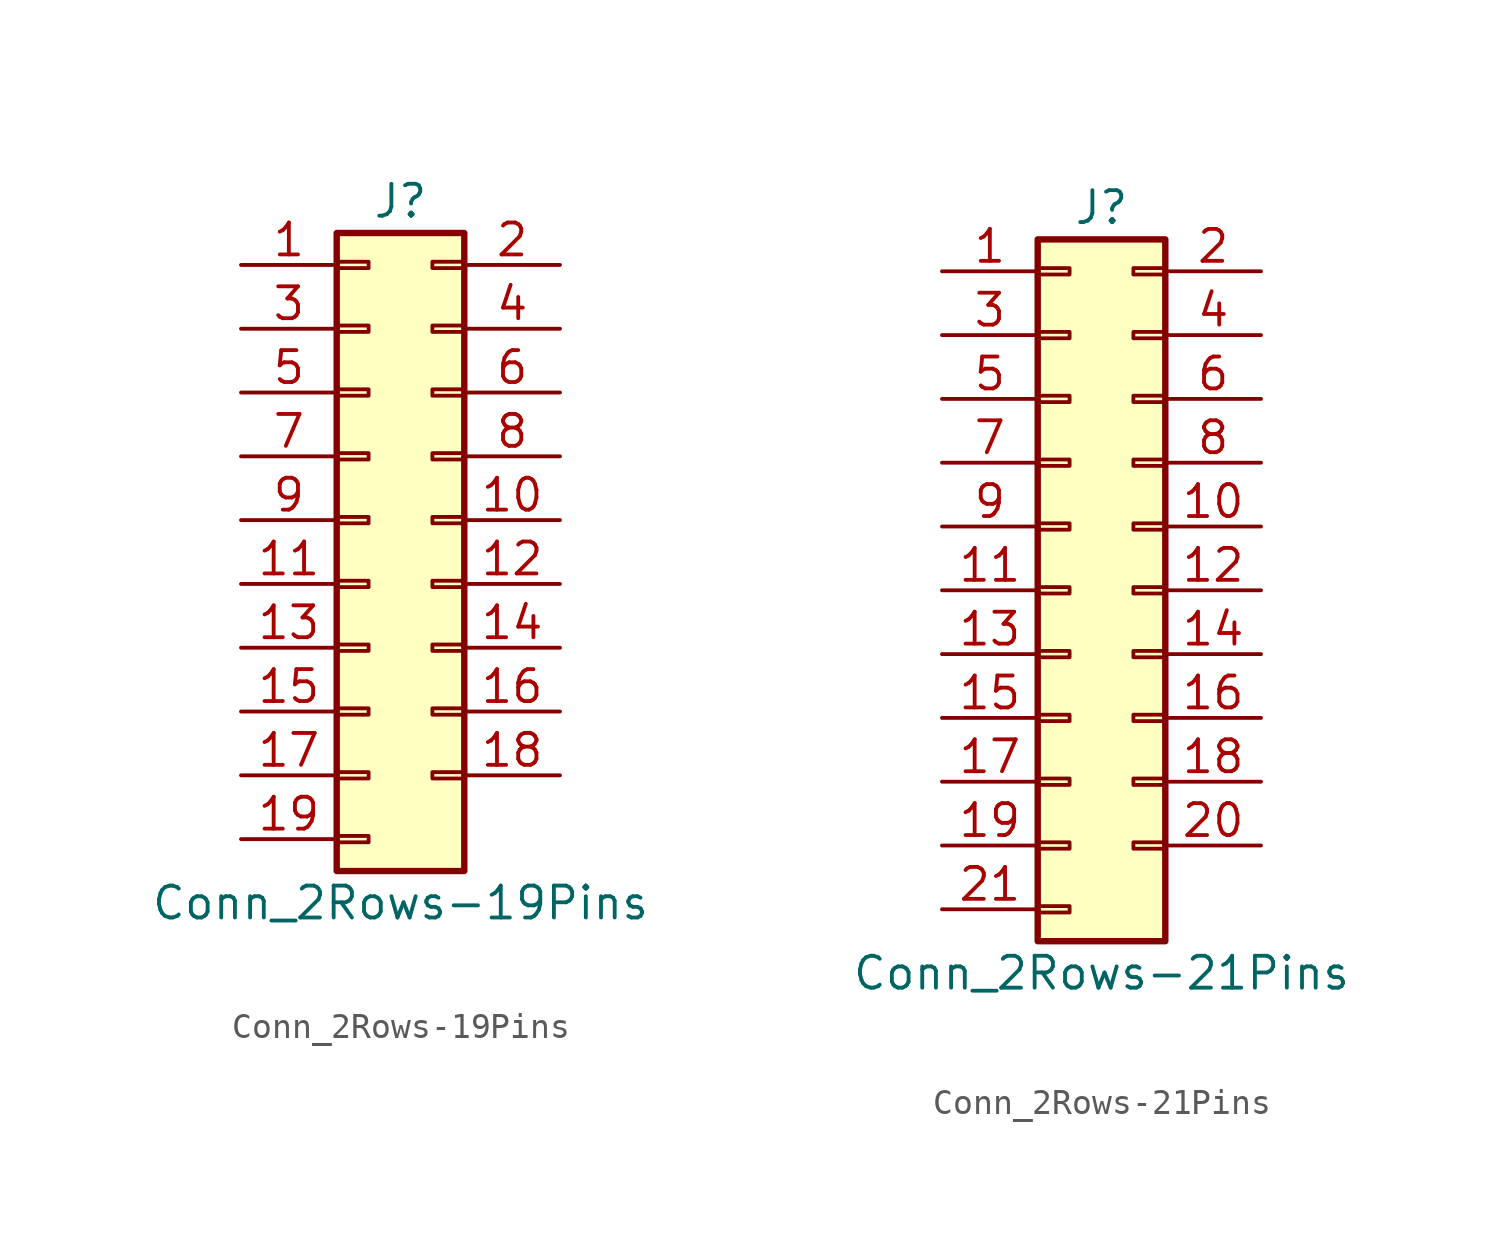
<source format=kicad_sym>
(kicad_symbol_lib
  (version 20201005)
  (generator kicad_symbol_editor)
  (symbol "Conn_2Rows-19Pins"
    (pin_names
      (offset 1.016) hide)
    (property "Reference" "J"
      (at 1.27 12.7 0)
      (effects (font (size 1.27 1.27))))
    (property "Value" "Conn_2Rows-19Pins"
      (at 1.27 -15.24 0)
      (effects (font (size 1.27 1.27))))
    (symbol "Conn_2Rows-19Pins_1_1"
      (rectangle (start -1.27 -12.573) (end 0 -12.827) (stroke (width 0.152)) (fill (type none)))
      (rectangle (start -1.27 -10.033) (end 0 -10.287) (stroke (width 0.152)) (fill (type none)))
      (rectangle (start -1.27 -7.493) (end 0 -7.747) (stroke (width 0.152)) (fill (type none)))
      (rectangle (start -1.27 -4.953) (end 0 -5.207) (stroke (width 0.152)) (fill (type none)))
      (rectangle (start -1.27 -2.413) (end 0 -2.667) (stroke (width 0.152)) (fill (type none)))
      (rectangle (start -1.27 0.127) (end 0 -0.127) (stroke (width 0.152)) (fill (type none)))
      (rectangle (start -1.27 2.667) (end 0 2.413) (stroke (width 0.152)) (fill (type none)))
      (rectangle (start -1.27 5.207) (end 0 4.953) (stroke (width 0.152)) (fill (type none)))
      (rectangle (start -1.27 7.747) (end 0 7.493) (stroke (width 0.152)) (fill (type none)))
      (rectangle (start -1.27 10.287) (end 0 10.033) (stroke (width 0.152)) (fill (type none)))
      (rectangle (start 3.81 -10.033) (end 2.54 -10.287) (stroke (width 0.152)) (fill (type none)))
      (rectangle (start 3.81 -7.493) (end 2.54 -7.747) (stroke (width 0.152)) (fill (type none)))
      (rectangle (start 3.81 -4.953) (end 2.54 -5.207) (stroke (width 0.152)) (fill (type none)))
      (rectangle (start 3.81 -2.413) (end 2.54 -2.667) (stroke (width 0.152)) (fill (type none)))
      (rectangle (start 3.81 0.127) (end 2.54 -0.127) (stroke (width 0.152)) (fill (type none)))
      (rectangle (start 3.81 2.667) (end 2.54 2.413) (stroke (width 0.152)) (fill (type none)))
      (rectangle (start 3.81 5.207) (end 2.54 4.953) (stroke (width 0.152)) (fill (type none)))
      (rectangle (start 3.81 7.747) (end 2.54 7.493) (stroke (width 0.152)) (fill (type none)))
      (rectangle (start 3.81 10.287) (end 2.54 10.033) (stroke (width 0.152)) (fill (type none)))
      (rectangle (start -1.27 11.43) (end 3.81 -13.97) (stroke (width 0.254)) (fill (type background)))
      (pin passive line (at -5.08 10.16 0) (length 3.81) (name "Pin_1" (effects (font (size 1.27 1.27)))) (number "1" (effects (font (size 1.27 1.27)))))
      (pin passive line (at 7.62 0 180) (length 3.81) (name "Pin_10" (effects (font (size 1.27 1.27)))) (number "10" (effects (font (size 1.27 1.27)))))
      (pin passive line (at -5.08 -2.54 0) (length 3.81) (name "Pin_11" (effects (font (size 1.27 1.27)))) (number "11" (effects (font (size 1.27 1.27)))))
      (pin passive line (at 7.62 -2.54 180) (length 3.81) (name "Pin_12" (effects (font (size 1.27 1.27)))) (number "12" (effects (font (size 1.27 1.27)))))
      (pin passive line (at -5.08 -5.08 0) (length 3.81) (name "Pin_13" (effects (font (size 1.27 1.27)))) (number "13" (effects (font (size 1.27 1.27)))))
      (pin passive line (at 7.62 -5.08 180) (length 3.81) (name "Pin_14" (effects (font (size 1.27 1.27)))) (number "14" (effects (font (size 1.27 1.27)))))
      (pin passive line (at -5.08 -7.62 0) (length 3.81) (name "Pin_15" (effects (font (size 1.27 1.27)))) (number "15" (effects (font (size 1.27 1.27)))))
      (pin passive line (at 7.62 -7.62 180) (length 3.81) (name "Pin_16" (effects (font (size 1.27 1.27)))) (number "16" (effects (font (size 1.27 1.27)))))
      (pin passive line (at -5.08 -10.16 0) (length 3.81) (name "Pin_17" (effects (font (size 1.27 1.27)))) (number "17" (effects (font (size 1.27 1.27)))))
      (pin passive line (at 7.62 -10.16 180) (length 3.81) (name "Pin_18" (effects (font (size 1.27 1.27)))) (number "18" (effects (font (size 1.27 1.27)))))
      (pin passive line (at -5.08 -12.7 0) (length 3.81) (name "Pin_19" (effects (font (size 1.27 1.27)))) (number "19" (effects (font (size 1.27 1.27)))))
      (pin passive line (at 7.62 10.16 180) (length 3.81) (name "Pin_2" (effects (font (size 1.27 1.27)))) (number "2" (effects (font (size 1.27 1.27)))))
      (pin passive line (at -5.08 7.62 0) (length 3.81) (name "Pin_3" (effects (font (size 1.27 1.27)))) (number "3" (effects (font (size 1.27 1.27)))))
      (pin passive line (at 7.62 7.62 180) (length 3.81) (name "Pin_4" (effects (font (size 1.27 1.27)))) (number "4" (effects (font (size 1.27 1.27)))))
      (pin passive line (at -5.08 5.08 0) (length 3.81) (name "Pin_5" (effects (font (size 1.27 1.27)))) (number "5" (effects (font (size 1.27 1.27)))))
      (pin passive line (at 7.62 5.08 180) (length 3.81) (name "Pin_6" (effects (font (size 1.27 1.27)))) (number "6" (effects (font (size 1.27 1.27)))))
      (pin passive line (at -5.08 2.54 0) (length 3.81) (name "Pin_7" (effects (font (size 1.27 1.27)))) (number "7" (effects (font (size 1.27 1.27)))))
      (pin passive line (at 7.62 2.54 180) (length 3.81) (name "Pin_8" (effects (font (size 1.27 1.27)))) (number "8" (effects (font (size 1.27 1.27)))))
      (pin passive line (at -5.08 0 0) (length 3.81) (name "Pin_9" (effects (font (size 1.27 1.27)))) (number "9" (effects (font (size 1.27 1.27)))))))
  (symbol "Conn_2Rows-21Pins"
    (pin_names
      (offset 1.016) hide)
    (property "Reference" "J"
      (at 1.27 15.24 0)
      (effects (font (size 1.27 1.27))))
    (property "Value" "Conn_2Rows-21Pins"
      (at 1.27 -15.24 0)
      (effects (font (size 1.27 1.27))))
    (symbol "Conn_2Rows-21Pins_1_1"
      (rectangle (start -1.27 -12.573) (end 0 -12.827) (stroke (width 0.152)) (fill (type none)))
      (rectangle (start -1.27 -10.033) (end 0 -10.287) (stroke (width 0.152)) (fill (type none)))
      (rectangle (start -1.27 -7.493) (end 0 -7.747) (stroke (width 0.152)) (fill (type none)))
      (rectangle (start -1.27 -4.953) (end 0 -5.207) (stroke (width 0.152)) (fill (type none)))
      (rectangle (start -1.27 -2.413) (end 0 -2.667) (stroke (width 0.152)) (fill (type none)))
      (rectangle (start -1.27 0.127) (end 0 -0.127) (stroke (width 0.152)) (fill (type none)))
      (rectangle (start -1.27 2.667) (end 0 2.413) (stroke (width 0.152)) (fill (type none)))
      (rectangle (start -1.27 5.207) (end 0 4.953) (stroke (width 0.152)) (fill (type none)))
      (rectangle (start -1.27 7.747) (end 0 7.493) (stroke (width 0.152)) (fill (type none)))
      (rectangle (start -1.27 10.287) (end 0 10.033) (stroke (width 0.152)) (fill (type none)))
      (rectangle (start -1.27 12.827) (end 0 12.573) (stroke (width 0.152)) (fill (type none)))
      (rectangle (start 3.81 -10.033) (end 2.54 -10.287) (stroke (width 0.152)) (fill (type none)))
      (rectangle (start 3.81 -7.493) (end 2.54 -7.747) (stroke (width 0.152)) (fill (type none)))
      (rectangle (start 3.81 -4.953) (end 2.54 -5.207) (stroke (width 0.152)) (fill (type none)))
      (rectangle (start 3.81 -2.413) (end 2.54 -2.667) (stroke (width 0.152)) (fill (type none)))
      (rectangle (start 3.81 0.127) (end 2.54 -0.127) (stroke (width 0.152)) (fill (type none)))
      (rectangle (start 3.81 2.667) (end 2.54 2.413) (stroke (width 0.152)) (fill (type none)))
      (rectangle (start 3.81 5.207) (end 2.54 4.953) (stroke (width 0.152)) (fill (type none)))
      (rectangle (start 3.81 7.747) (end 2.54 7.493) (stroke (width 0.152)) (fill (type none)))
      (rectangle (start 3.81 10.287) (end 2.54 10.033) (stroke (width 0.152)) (fill (type none)))
      (rectangle (start 3.81 12.827) (end 2.54 12.573) (stroke (width 0.152)) (fill (type none)))
      (rectangle (start -1.27 13.97) (end 3.81 -13.97) (stroke (width 0.254)) (fill (type background)))
      (pin passive line (at -5.08 12.7 0) (length 3.81) (name "Pin_1" (effects (font (size 1.27 1.27)))) (number "1" (effects (font (size 1.27 1.27)))))
      (pin passive line (at 7.62 2.54 180) (length 3.81) (name "Pin_10" (effects (font (size 1.27 1.27)))) (number "10" (effects (font (size 1.27 1.27)))))
      (pin passive line (at -5.08 0 0) (length 3.81) (name "Pin_11" (effects (font (size 1.27 1.27)))) (number "11" (effects (font (size 1.27 1.27)))))
      (pin passive line (at 7.62 0 180) (length 3.81) (name "Pin_12" (effects (font (size 1.27 1.27)))) (number "12" (effects (font (size 1.27 1.27)))))
      (pin passive line (at -5.08 -2.54 0) (length 3.81) (name "Pin_13" (effects (font (size 1.27 1.27)))) (number "13" (effects (font (size 1.27 1.27)))))
      (pin passive line (at 7.62 -2.54 180) (length 3.81) (name "Pin_14" (effects (font (size 1.27 1.27)))) (number "14" (effects (font (size 1.27 1.27)))))
      (pin passive line (at -5.08 -5.08 0) (length 3.81) (name "Pin_15" (effects (font (size 1.27 1.27)))) (number "15" (effects (font (size 1.27 1.27)))))
      (pin passive line (at 7.62 -5.08 180) (length 3.81) (name "Pin_16" (effects (font (size 1.27 1.27)))) (number "16" (effects (font (size 1.27 1.27)))))
      (pin passive line (at -5.08 -7.62 0) (length 3.81) (name "Pin_17" (effects (font (size 1.27 1.27)))) (number "17" (effects (font (size 1.27 1.27)))))
      (pin passive line (at 7.62 -7.62 180) (length 3.81) (name "Pin_18" (effects (font (size 1.27 1.27)))) (number "18" (effects (font (size 1.27 1.27)))))
      (pin passive line (at -5.08 -10.16 0) (length 3.81) (name "Pin_19" (effects (font (size 1.27 1.27)))) (number "19" (effects (font (size 1.27 1.27)))))
      (pin passive line (at 7.62 12.7 180) (length 3.81) (name "Pin_2" (effects (font (size 1.27 1.27)))) (number "2" (effects (font (size 1.27 1.27)))))
      (pin passive line (at 7.62 -10.16 180) (length 3.81) (name "Pin_20" (effects (font (size 1.27 1.27)))) (number "20" (effects (font (size 1.27 1.27)))))
      (pin passive line (at -5.08 -12.7 0) (length 3.81) (name "Pin_21" (effects (font (size 1.27 1.27)))) (number "21" (effects (font (size 1.27 1.27)))))
      (pin passive line (at -5.08 10.16 0) (length 3.81) (name "Pin_3" (effects (font (size 1.27 1.27)))) (number "3" (effects (font (size 1.27 1.27)))))
      (pin passive line (at 7.62 10.16 180) (length 3.81) (name "Pin_4" (effects (font (size 1.27 1.27)))) (number "4" (effects (font (size 1.27 1.27)))))
      (pin passive line (at -5.08 7.62 0) (length 3.81) (name "Pin_5" (effects (font (size 1.27 1.27)))) (number "5" (effects (font (size 1.27 1.27)))))
      (pin passive line (at 7.62 7.62 180) (length 3.81) (name "Pin_6" (effects (font (size 1.27 1.27)))) (number "6" (effects (font (size 1.27 1.27)))))
      (pin passive line (at -5.08 5.08 0) (length 3.81) (name "Pin_7" (effects (font (size 1.27 1.27)))) (number "7" (effects (font (size 1.27 1.27)))))
      (pin passive line (at 7.62 5.08 180) (length 3.81) (name "Pin_8" (effects (font (size 1.27 1.27)))) (number "8" (effects (font (size 1.27 1.27)))))
      (pin passive line (at -5.08 2.54 0) (length 3.81) (name "Pin_9" (effects (font (size 1.27 1.27)))) (number "9" (effects (font (size 1.27 1.27))))))))
</source>
